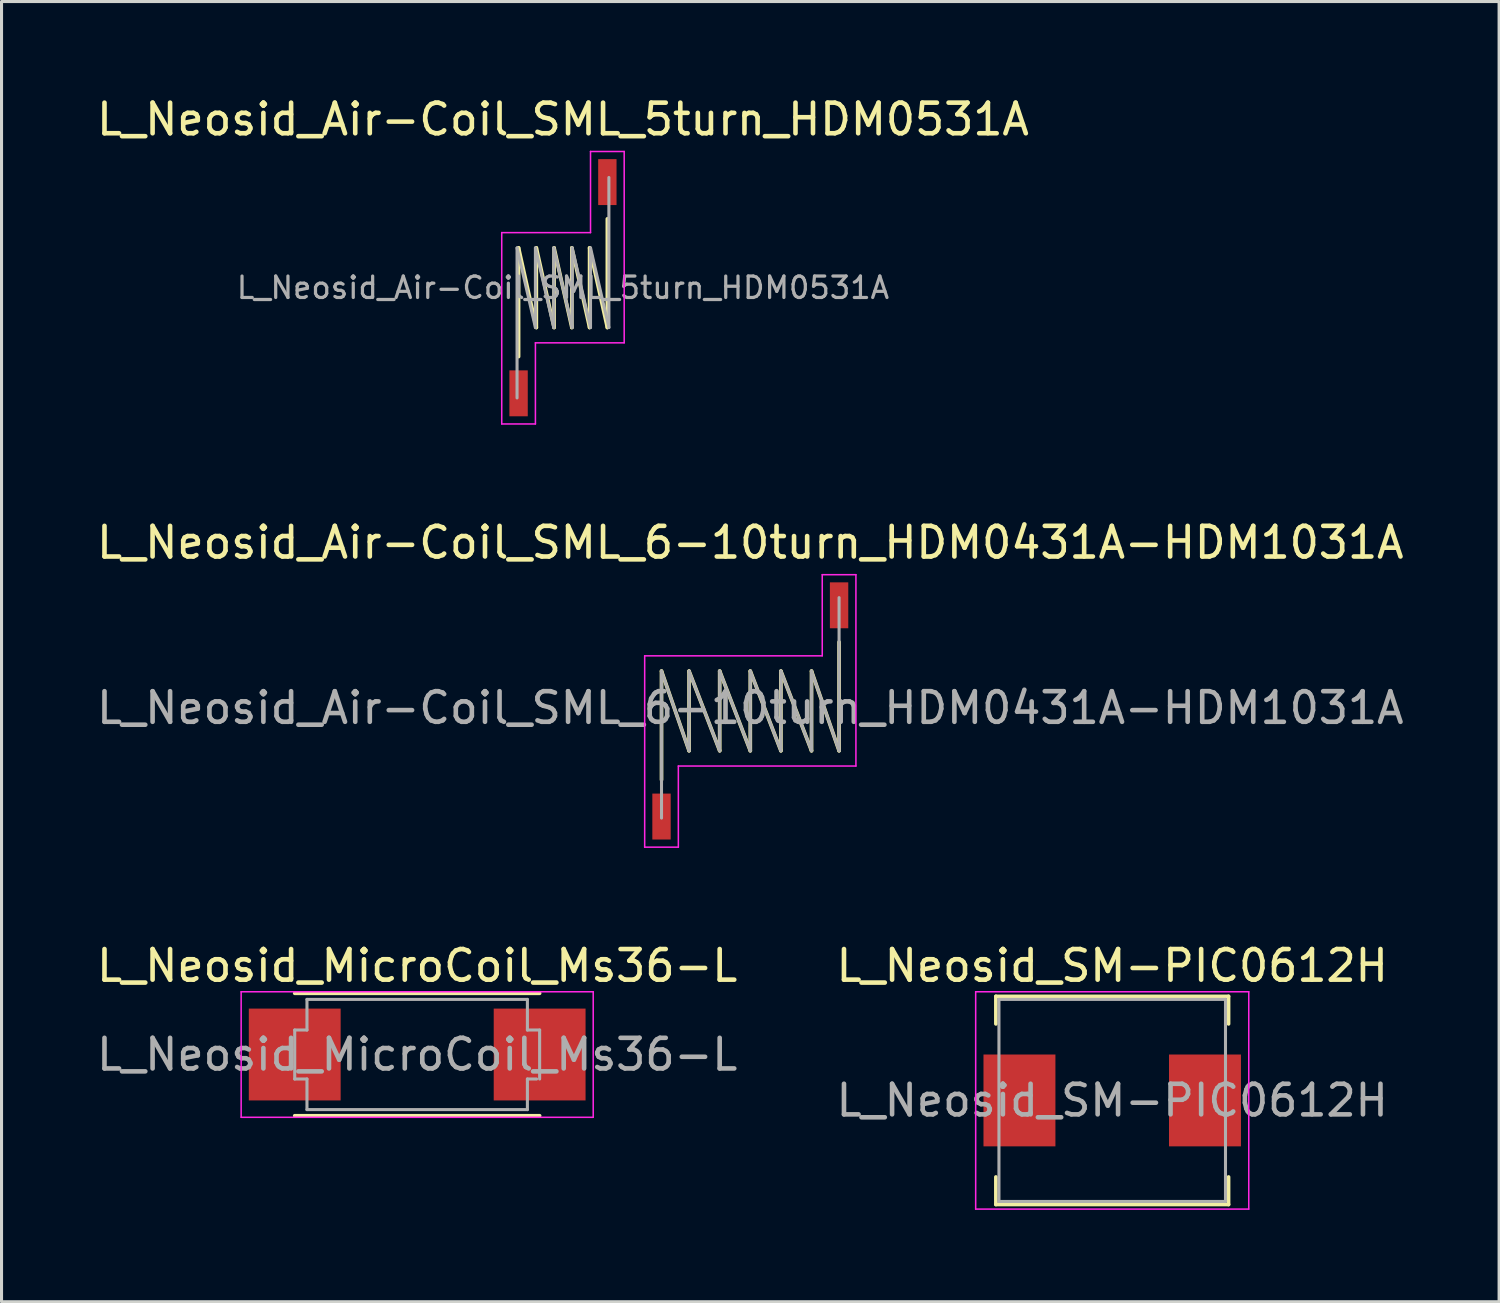
<source format=kicad_pcb>
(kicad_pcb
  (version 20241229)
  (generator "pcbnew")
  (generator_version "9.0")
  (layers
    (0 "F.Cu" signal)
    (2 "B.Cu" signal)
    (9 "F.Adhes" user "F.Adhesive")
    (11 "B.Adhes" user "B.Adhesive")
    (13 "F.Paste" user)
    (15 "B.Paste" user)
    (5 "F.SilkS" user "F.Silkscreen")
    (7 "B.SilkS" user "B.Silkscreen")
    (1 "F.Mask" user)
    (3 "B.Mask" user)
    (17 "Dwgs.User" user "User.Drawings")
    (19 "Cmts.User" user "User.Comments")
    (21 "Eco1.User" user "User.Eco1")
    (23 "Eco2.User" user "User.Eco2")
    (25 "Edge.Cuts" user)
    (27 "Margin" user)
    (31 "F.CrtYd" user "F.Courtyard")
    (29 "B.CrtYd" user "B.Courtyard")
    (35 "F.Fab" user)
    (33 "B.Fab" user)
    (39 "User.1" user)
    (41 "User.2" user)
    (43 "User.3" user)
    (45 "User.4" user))
  (footprint "L_Neosid_Air-Coil_SML_6-10turn_HDM0431A-HDM1031A"
    (layer "F.Cu")
    (at 21.458 20.172)
    (property "Reference" "L_Neosid_Air-Coil_SML_6-10turn_HDM0431A-HDM1031A" (at 0 -5.5 0) (layer "F.SilkS") (effects (font (size 1 1) (thickness 0.15))))
    (attr smd)
    (fp_line (start -2.9 -1.3) (end -2.9 2.25) (stroke (width 0.12) (type solid)) (layer "F.SilkS"))
    (fp_line (start -2.9 -1.3) (end -2 1.3) (stroke (width 0.12) (type solid)) (layer "F.SilkS"))
    (fp_line (start -2 -1.3) (end -2 1.3) (stroke (width 0.12) (type solid)) (layer "F.SilkS"))
    (fp_line (start -2 -1.3) (end -1 1.3) (stroke (width 0.12) (type solid)) (layer "F.SilkS"))
    (fp_line (start -1 -1.3) (end -1 1.3) (stroke (width 0.12) (type solid)) (layer "F.SilkS"))
    (fp_line (start -1 -1.3) (end 0 1.3) (stroke (width 0.12) (type solid)) (layer "F.SilkS"))
    (fp_line (start 0 -1.3) (end 0 1.3) (stroke (width 0.12) (type solid)) (layer "F.SilkS"))
    (fp_line (start 0 -1.3) (end 1 1.3) (stroke (width 0.12) (type solid)) (layer "F.SilkS"))
    (fp_line (start 1 -1.3) (end 1 1.3) (stroke (width 0.12) (type solid)) (layer "F.SilkS"))
    (fp_line (start 1 -1.3) (end 2 1.3) (stroke (width 0.12) (type solid)) (layer "F.SilkS"))
    (fp_line (start 2 -1.3) (end 2 1.3) (stroke (width 0.12) (type solid)) (layer "F.SilkS"))
    (fp_line (start 2 -1.3) (end 2.9 1.3) (stroke (width 0.12) (type solid)) (layer "F.SilkS"))
    (fp_line (start 2.9 1.3) (end 2.9 -2.25) (stroke (width 0.12) (type solid)) (layer "F.SilkS"))
    (fp_line (start -3.45 -1.8) (end -3.45 4.45) (stroke (width 0.05) (type solid)) (layer "F.CrtYd"))
    (fp_line (start -3.45 4.45) (end -2.35 4.45) (stroke (width 0.05) (type solid)) (layer "F.CrtYd"))
    (fp_line (start -2.35 1.8) (end 3.45 1.8) (stroke (width 0.05) (type solid)) (layer "F.CrtYd"))
    (fp_line (start -2.35 4.45) (end -2.35 1.8) (stroke (width 0.05) (type solid)) (layer "F.CrtYd"))
    (fp_line (start 2.35 -4.45) (end 2.35 -1.8) (stroke (width 0.05) (type solid)) (layer "F.CrtYd"))
    (fp_line (start 2.35 -1.8) (end -3.45 -1.8) (stroke (width 0.05) (type solid)) (layer "F.CrtYd"))
    (fp_line (start 3.45 -4.45) (end 2.35 -4.45) (stroke (width 0.05) (type solid)) (layer "F.CrtYd"))
    (fp_line (start 3.45 1.8) (end 3.45 -4.45) (stroke (width 0.05) (type solid)) (layer "F.CrtYd"))
    (fp_line (start -2.9 -1.3) (end -2 1.3) (stroke (width 0.1) (type solid)) (layer "F.Fab"))
    (fp_line (start -2.9 3.5) (end -2.9 -1.3) (stroke (width 0.1) (type solid)) (layer "F.Fab"))
    (fp_line (start -2 -1.3) (end -1 1.3) (stroke (width 0.1) (type solid)) (layer "F.Fab"))
    (fp_line (start -2 1.3) (end -2 -1.3) (stroke (width 0.1) (type solid)) (layer "F.Fab"))
    (fp_line (start -1 -1.3) (end 0 1.3) (stroke (width 0.1) (type solid)) (layer "F.Fab"))
    (fp_line (start -1 1.3) (end -1 -1.3) (stroke (width 0.1) (type solid)) (layer "F.Fab"))
    (fp_line (start 0 -1.3) (end 1 1.3) (stroke (width 0.1) (type solid)) (layer "F.Fab"))
    (fp_line (start 0 1.3) (end 0 -1.3) (stroke (width 0.1) (type solid)) (layer "F.Fab"))
    (fp_line (start 1 -1.3) (end 2 1.3) (stroke (width 0.1) (type solid)) (layer "F.Fab"))
    (fp_line (start 1 1.3) (end 1 -1.3) (stroke (width 0.1) (type solid)) (layer "F.Fab"))
    (fp_line (start 2 -1.3) (end 2.9 1.3) (stroke (width 0.1) (type solid)) (layer "F.Fab"))
    (fp_line (start 2 1.3) (end 2 -1.3) (stroke (width 0.1) (type solid)) (layer "F.Fab"))
    (fp_line (start 2.9 1.3) (end 2.9 -3.7) (stroke (width 0.1) (type solid)) (layer "F.Fab"))
    (fp_text user "${REFERENCE}" (at 0 -0.1 0) (layer "F.Fab") (effects (font (size 1 1) (thickness 0.15))))
    (pad "1" smd rect (at -2.9 3.45) (size 0.6 1.5) (layers "F.Cu" "F.Mask" "F.Paste"))
    (pad "2" smd rect (at 2.9 -3.45) (size 0.6 1.5) (layers "F.Cu" "F.Mask" "F.Paste")))
  (footprint "L_Neosid_SM-PIC0612H"
    (layer "F.Cu")
    (at 33.28 32.895)
    (property "Reference" "L_Neosid_SM-PIC0612H" (at 0 -4.4 0) (layer "F.SilkS") (effects (font (size 1 1) (thickness 0.15))))
    (attr smd)
    (fp_line (start -3.8 -3.4) (end -3.8 -2.5) (stroke (width 0.12) (type solid)) (layer "F.SilkS"))
    (fp_line (start -3.8 2.5) (end -3.8 3.4) (stroke (width 0.12) (type solid)) (layer "F.SilkS"))
    (fp_line (start -3.8 3.4) (end 3.8 3.4) (stroke (width 0.12) (type solid)) (layer "F.SilkS"))
    (fp_line (start 3.8 -3.4) (end -3.8 -3.4) (stroke (width 0.12) (type solid)) (layer "F.SilkS"))
    (fp_line (start 3.8 -2.5) (end 3.8 -3.4) (stroke (width 0.12) (type solid)) (layer "F.SilkS"))
    (fp_line (start 3.8 3.4) (end 3.8 2.5) (stroke (width 0.12) (type solid)) (layer "F.SilkS"))
    (fp_line (start -4.46 -3.55) (end -4.46 3.55) (stroke (width 0.05) (type solid)) (layer "F.CrtYd"))
    (fp_line (start -4.46 -3.55) (end 4.46 -3.55) (stroke (width 0.05) (type solid)) (layer "F.CrtYd"))
    (fp_line (start 4.46 3.55) (end -4.46 3.55) (stroke (width 0.05) (type solid)) (layer "F.CrtYd"))
    (fp_line (start 4.46 3.55) (end 4.46 -3.55) (stroke (width 0.05) (type solid)) (layer "F.CrtYd"))
    (fp_line (start -3.7 -3.3) (end 3.7 -3.3) (stroke (width 0.1) (type solid)) (layer "F.Fab"))
    (fp_line (start -3.7 3.3) (end -3.7 -3.3) (stroke (width 0.1) (type solid)) (layer "F.Fab"))
    (fp_line (start 3.7 -3.3) (end 3.7 3.3) (stroke (width 0.1) (type solid)) (layer "F.Fab"))
    (fp_line (start 3.7 3.3) (end -3.7 3.3) (stroke (width 0.1) (type solid)) (layer "F.Fab"))
    (fp_text user "${REFERENCE}" (at 0 0 0) (layer "F.Fab") (effects (font (size 1 1) (thickness 0.15))))
    (pad "1" smd rect (at -3.03 0) (size 2.35 3) (layers "F.Cu" "F.Mask" "F.Paste"))
    (pad "2" smd rect (at 3.03 0) (size 2.35 3) (layers "F.Cu" "F.Mask" "F.Paste")))
  (footprint "L_Neosid_MicroCoil_Ms36-L"
    (layer "F.Cu")
    (at 10.577 31.395)
    (property "Reference" "L_Neosid_MicroCoil_Ms36-L" (at 0 -2.9 0) (layer "F.SilkS") (effects (font (size 1 1) (thickness 0.15))))
    (attr smd)
    (fp_line (start 4 -2) (end -4 -2) (stroke (width 0.12) (type solid)) (layer "F.SilkS"))
    (fp_line (start 4 2) (end -4 2) (stroke (width 0.12) (type solid)) (layer "F.SilkS"))
    (fp_line (start -5.75 -2.05) (end -5.75 2.05) (stroke (width 0.05) (type solid)) (layer "F.CrtYd"))
    (fp_line (start -5.75 -2.05) (end 5.75 -2.05) (stroke (width 0.05) (type solid)) (layer "F.CrtYd"))
    (fp_line (start 5.75 2.05) (end -5.75 2.05) (stroke (width 0.05) (type solid)) (layer "F.CrtYd"))
    (fp_line (start 5.75 2.05) (end 5.75 -2.05) (stroke (width 0.05) (type solid)) (layer "F.CrtYd"))
    (fp_line (start -4 -0.8) (end -3.6 -0.8) (stroke (width 0.1) (type solid)) (layer "F.Fab"))
    (fp_line (start -4 0.8) (end -4 -0.8) (stroke (width 0.1) (type solid)) (layer "F.Fab"))
    (fp_line (start -4 0.8) (end -3.6 0.8) (stroke (width 0.1) (type solid)) (layer "F.Fab"))
    (fp_line (start -3.6 -1.8) (end 3.6 -1.8) (stroke (width 0.1) (type solid)) (layer "F.Fab"))
    (fp_line (start -3.6 -0.8) (end -3.6 -1.8) (stroke (width 0.1) (type solid)) (layer "F.Fab"))
    (fp_line (start -3.6 1.8) (end -3.6 0.8) (stroke (width 0.1) (type solid)) (layer "F.Fab"))
    (fp_line (start 3.6 -0.8) (end 3.6 -1.8) (stroke (width 0.1) (type solid)) (layer "F.Fab"))
    (fp_line (start 3.6 0.8) (end 3.9 0.8) (stroke (width 0.1) (type solid)) (layer "F.Fab"))
    (fp_line (start 3.6 1.8) (end -3.6 1.8) (stroke (width 0.1) (type solid)) (layer "F.Fab"))
    (fp_line (start 3.6 1.8) (end 3.6 0.8) (stroke (width 0.1) (type solid)) (layer "F.Fab"))
    (fp_line (start 4 -0.8) (end 3.6 -0.8) (stroke (width 0.1) (type solid)) (layer "F.Fab"))
    (fp_line (start 4 -0.8) (end 4 0.8) (stroke (width 0.1) (type solid)) (layer "F.Fab"))
    (fp_text user "${REFERENCE}" (at 0 0 0) (layer "F.Fab") (effects (font (size 1 1) (thickness 0.15))))
    (pad "1" smd rect (at -4 0) (size 3 3) (layers "F.Cu" "F.Mask" "F.Paste"))
    (pad "2" smd rect (at 4 0) (size 3 3) (layers "F.Cu" "F.Mask" "F.Paste")))
  (footprint "L_Neosid_Air-Coil_SML_5turn_HDM0531A"
    (layer "F.Cu")
    (at 15.339 6.348)
    (property "Reference" "L_Neosid_Air-Coil_SML_5turn_HDM0531A" (at 0 -5.5 0) (layer "F.SilkS") (effects (font (size 1 1) (thickness 0.15))))
    (attr smd)
    (fp_line (start -1.45 -1.3) (end -1.45 2.25) (stroke (width 0.12) (type solid)) (layer "F.SilkS"))
    (fp_line (start -1.45 -1.3) (end -0.87 1.3) (stroke (width 0.12) (type solid)) (layer "F.SilkS"))
    (fp_line (start -0.87 -1.3) (end -0.87 1.3) (stroke (width 0.12) (type solid)) (layer "F.SilkS"))
    (fp_line (start -0.87 -1.3) (end -0.29 1.3) (stroke (width 0.12) (type solid)) (layer "F.SilkS"))
    (fp_line (start -0.29 -1.3) (end -0.29 1.3) (stroke (width 0.12) (type solid)) (layer "F.SilkS"))
    (fp_line (start -0.29 -1.3) (end 0.29 1.3) (stroke (width 0.12) (type solid)) (layer "F.SilkS"))
    (fp_line (start 0.29 -1.3) (end 0.29 1.3) (stroke (width 0.12) (type solid)) (layer "F.SilkS"))
    (fp_line (start 0.29 -1.3) (end 0.87 1.3) (stroke (width 0.12) (type solid)) (layer "F.SilkS"))
    (fp_line (start 0.87 -1.3) (end 0.87 1.3) (stroke (width 0.12) (type solid)) (layer "F.SilkS"))
    (fp_line (start 0.87 -1.3) (end 1.45 1.3) (stroke (width 0.12) (type solid)) (layer "F.SilkS"))
    (fp_line (start 1.45 1.3) (end 1.45 -2.25) (stroke (width 0.12) (type solid)) (layer "F.SilkS"))
    (fp_line (start -2 -1.8) (end -2 4.45) (stroke (width 0.05) (type solid)) (layer "F.CrtYd"))
    (fp_line (start -2 4.45) (end -0.9 4.45) (stroke (width 0.05) (type solid)) (layer "F.CrtYd"))
    (fp_line (start -0.9 1.8) (end 2 1.8) (stroke (width 0.05) (type solid)) (layer "F.CrtYd"))
    (fp_line (start -0.9 4.45) (end -0.9 1.8) (stroke (width 0.05) (type solid)) (layer "F.CrtYd"))
    (fp_line (start 0.9 -4.45) (end 0.9 -1.8) (stroke (width 0.05) (type solid)) (layer "F.CrtYd"))
    (fp_line (start 0.9 -1.8) (end -2 -1.8) (stroke (width 0.05) (type solid)) (layer "F.CrtYd"))
    (fp_line (start 2 -4.45) (end 0.9 -4.45) (stroke (width 0.05) (type solid)) (layer "F.CrtYd"))
    (fp_line (start 2 1.8) (end 2 -4.45) (stroke (width 0.05) (type solid)) (layer "F.CrtYd"))
    (fp_line (start -1.5 -1.3) (end -0.9 1.3) (stroke (width 0.1) (type solid)) (layer "F.Fab"))
    (fp_line (start -1.5 3.6) (end -1.5 -1.3) (stroke (width 0.1) (type solid)) (layer "F.Fab"))
    (fp_line (start -0.9 -1.3) (end -0.3 1.3) (stroke (width 0.1) (type solid)) (layer "F.Fab"))
    (fp_line (start -0.9 1.3) (end -0.9 -1.3) (stroke (width 0.1) (type solid)) (layer "F.Fab"))
    (fp_line (start -0.3 -1.3) (end 0.3 1.3) (stroke (width 0.1) (type solid)) (layer "F.Fab"))
    (fp_line (start -0.3 1.3) (end -0.3 -1.3) (stroke (width 0.1) (type solid)) (layer "F.Fab"))
    (fp_line (start 0.3 -1.3) (end 0.9 1.3) (stroke (width 0.1) (type solid)) (layer "F.Fab"))
    (fp_line (start 0.3 1.3) (end 0.3 -1.3) (stroke (width 0.1) (type solid)) (layer "F.Fab"))
    (fp_line (start 0.9 -1.3) (end 1.5 1.3) (stroke (width 0.1) (type solid)) (layer "F.Fab"))
    (fp_line (start 0.9 1.3) (end 0.9 -1.3) (stroke (width 0.1) (type solid)) (layer "F.Fab"))
    (fp_line (start 1.5 1.3) (end 1.5 -3.6) (stroke (width 0.1) (type solid)) (layer "F.Fab"))
    (fp_text user "${REFERENCE}" (at 0 0 0) (layer "F.Fab") (effects (font (size 0.7 0.7) (thickness 0.105))))
    (pad "1" smd rect (at -1.45 3.45) (size 0.6 1.5) (layers "F.Cu" "F.Mask" "F.Paste"))
    (pad "2" smd rect (at 1.45 -3.45) (size 0.6 1.5) (layers "F.Cu" "F.Mask" "F.Paste")))
  (gr_rect
    (start -3 -3)
    (end 45.917 39.47)
    (stroke (width 0.1) (type default))
    (fill no)
    (layer "Edge.Cuts")))
</source>
